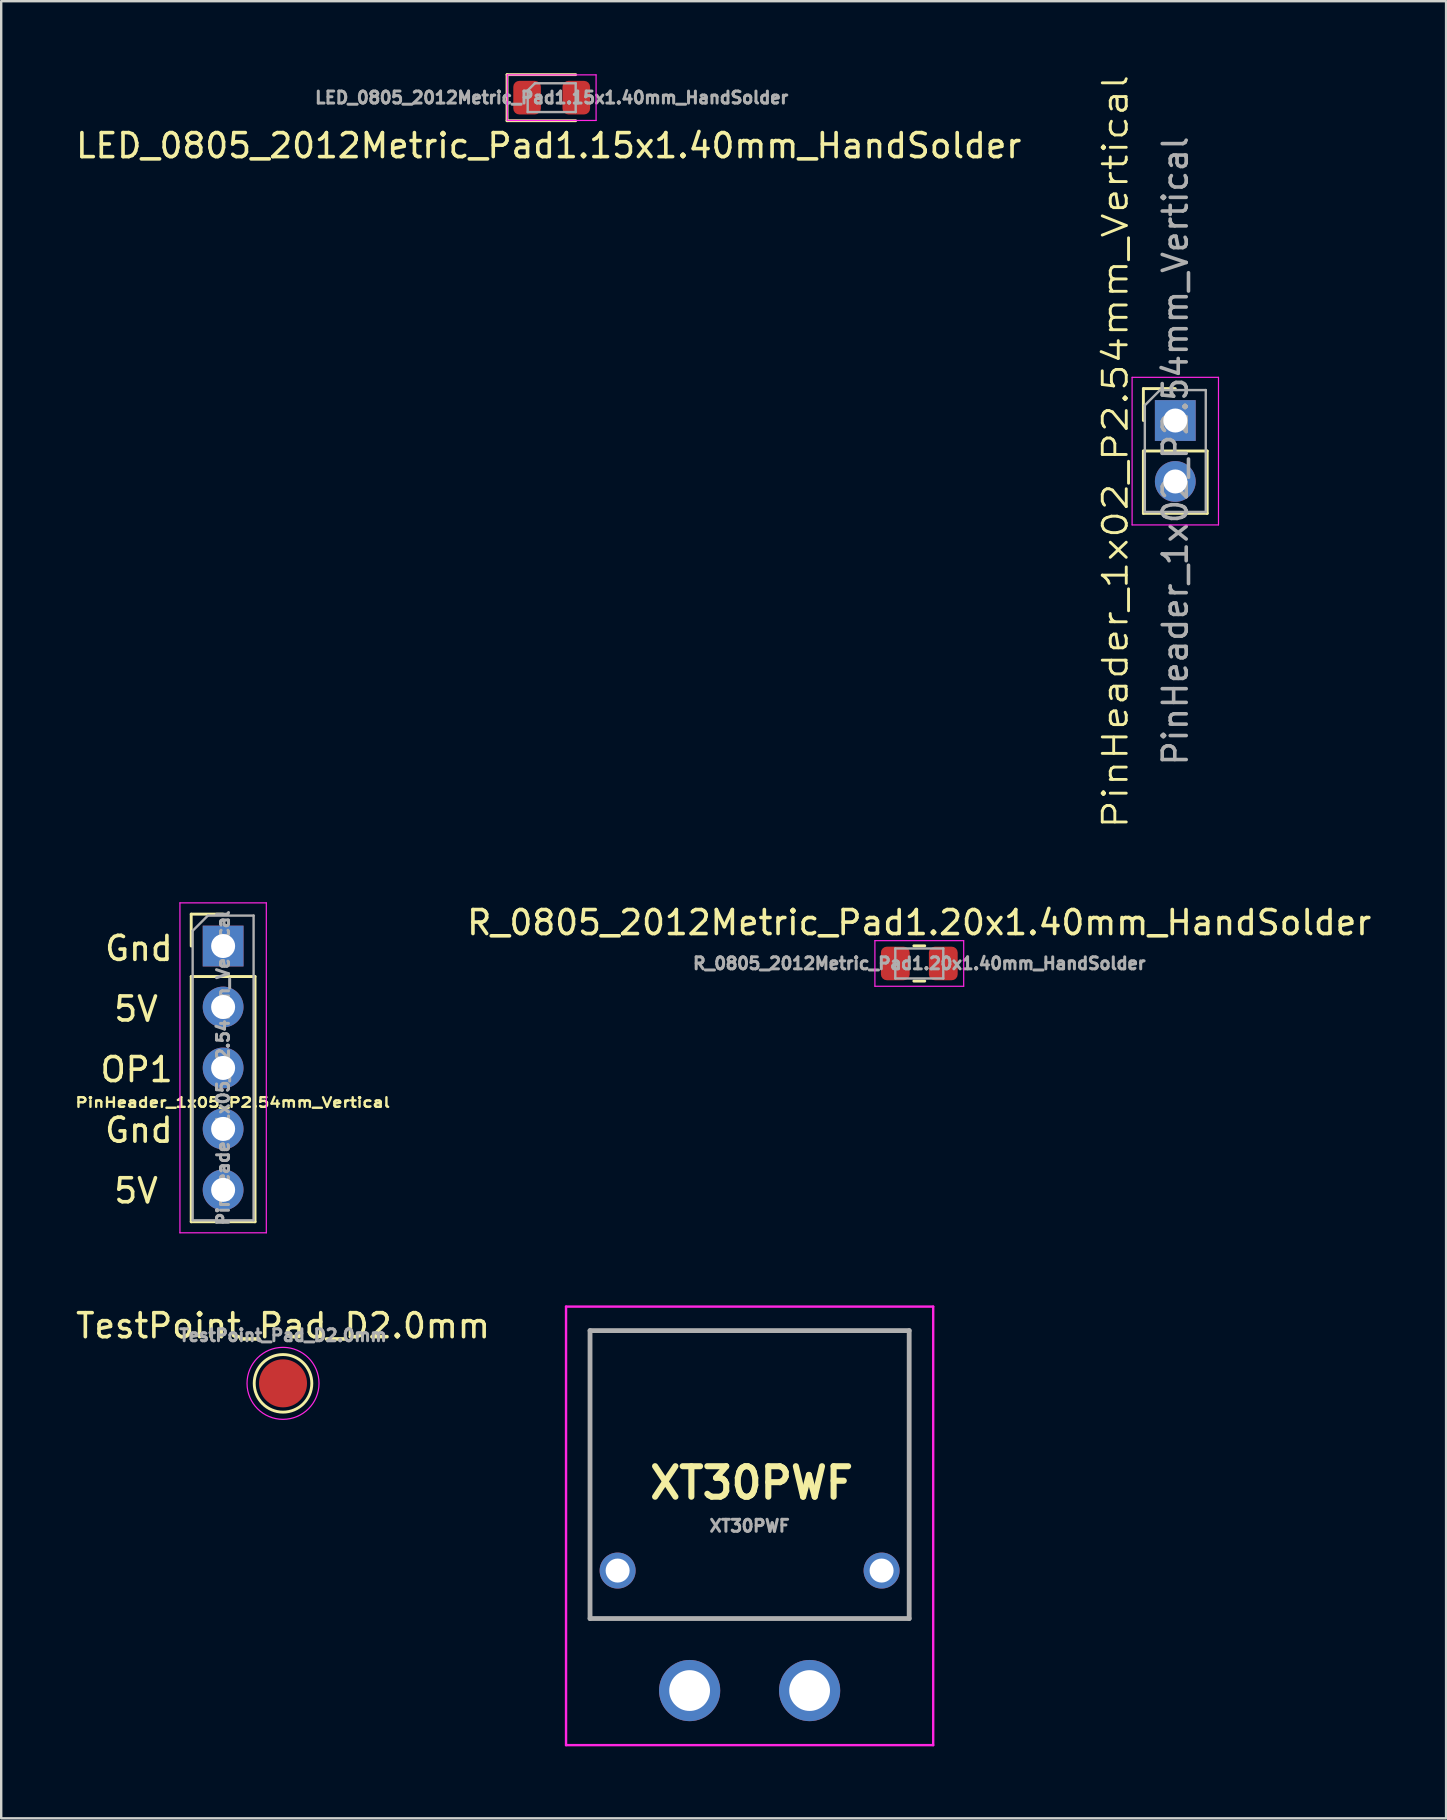
<source format=kicad_pcb>
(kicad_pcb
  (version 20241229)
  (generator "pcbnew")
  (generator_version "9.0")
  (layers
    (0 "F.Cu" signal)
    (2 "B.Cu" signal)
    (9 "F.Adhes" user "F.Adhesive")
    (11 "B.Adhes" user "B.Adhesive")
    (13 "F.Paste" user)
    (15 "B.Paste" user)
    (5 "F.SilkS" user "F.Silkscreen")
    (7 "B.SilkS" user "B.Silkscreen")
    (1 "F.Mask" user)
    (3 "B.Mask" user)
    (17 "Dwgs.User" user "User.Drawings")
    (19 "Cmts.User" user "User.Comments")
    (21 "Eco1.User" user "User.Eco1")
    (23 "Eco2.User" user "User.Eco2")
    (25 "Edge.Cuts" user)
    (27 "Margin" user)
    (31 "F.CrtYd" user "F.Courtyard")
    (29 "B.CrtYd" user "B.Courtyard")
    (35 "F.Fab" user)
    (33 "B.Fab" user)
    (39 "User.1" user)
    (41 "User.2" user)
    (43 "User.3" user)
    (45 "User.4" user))
  (footprint "XT30PWF"
    (layer "F.Cu")
    (at 25.688 67.399)
    (property "Reference" "XT30PWF" (at 2.583 -8.653 0) (layer "F.SilkS") (effects (font (size 1.27 1.27) (thickness 0.254))))
    (attr through_hole)
    (fp_line (start -4.15 -15) (end 9.15 -15) (stroke (width 0.1) (type solid)) (layer "F.SilkS"))
    (fp_line (start -4.15 -3) (end -4.15 -15) (stroke (width 0.1) (type solid)) (layer "F.SilkS"))
    (fp_line (start 9.15 -15) (end 9.15 -3) (stroke (width 0.1) (type solid)) (layer "F.SilkS"))
    (fp_line (start 9.15 -3) (end -4.15 -3) (stroke (width 0.1) (type solid)) (layer "F.SilkS"))
    (fp_line (start -5.15 -16) (end 10.15 -16) (stroke (width 0.1) (type solid)) (layer "F.CrtYd"))
    (fp_line (start -5.15 2.275) (end -5.15 -16) (stroke (width 0.1) (type solid)) (layer "F.CrtYd"))
    (fp_line (start 10.15 -16) (end 10.15 2.275) (stroke (width 0.1) (type solid)) (layer "F.CrtYd"))
    (fp_line (start 10.15 2.275) (end -5.15 2.275) (stroke (width 0.1) (type solid)) (layer "F.CrtYd"))
    (fp_line (start -4.15 -15) (end 9.15 -15) (stroke (width 0.2) (type solid)) (layer "F.Fab"))
    (fp_line (start -4.15 -3) (end -4.15 -15) (stroke (width 0.2) (type solid)) (layer "F.Fab"))
    (fp_line (start 9.15 -15) (end 9.15 -3) (stroke (width 0.2) (type solid)) (layer "F.Fab"))
    (fp_line (start 9.15 -3) (end -4.15 -3) (stroke (width 0.2) (type solid)) (layer "F.Fab"))
    (fp_text user "${REFERENCE}" (at 2.5 -6.862 180) (layer "F.Fab") (effects (font (size 0.5 0.5) (thickness 0.2))))
    (pad "1" thru_hole circle (at 0 0) (size 2.55 2.55) (drill 1.7) (layers "*.Cu" "*.Mask"))
    (pad "2" thru_hole circle (at 5 0) (size 2.55 2.55) (drill 1.7) (layers "*.Cu" "*.Mask"))
    (pad "3" thru_hole circle (at -3 -5) (size 1.5 1.5) (drill 1) (layers "*.Cu" "*.Mask"))
    (pad "4" thru_hole circle (at 8 -5) (size 1.5 1.5) (drill 1) (layers "*.Cu" "*.Mask")))
  (footprint "R_0805_2012Metric_Pad1.20x1.40mm_HandSolder"
    (layer "F.Cu")
    (at 35.259 37.099)
    (property "Reference" "R_0805_2012Metric_Pad1.20x1.40mm_HandSolder" (at -0.005 -1.702 0) (layer "F.SilkS") (effects (font (size 1 1) (thickness 0.15))))
    (attr smd)
    (fp_line (start -0.227 -0.735) (end 0.227 -0.735) (stroke (width 0.12) (type solid)) (layer "F.SilkS"))
    (fp_line (start -0.227 0.735) (end 0.227 0.735) (stroke (width 0.12) (type solid)) (layer "F.SilkS"))
    (fp_line (start -1.85 -0.95) (end 1.85 -0.95) (stroke (width 0.05) (type solid)) (layer "F.CrtYd"))
    (fp_line (start -1.85 0.95) (end -1.85 -0.95) (stroke (width 0.05) (type solid)) (layer "F.CrtYd"))
    (fp_line (start 1.85 -0.95) (end 1.85 0.95) (stroke (width 0.05) (type solid)) (layer "F.CrtYd"))
    (fp_line (start 1.85 0.95) (end -1.85 0.95) (stroke (width 0.05) (type solid)) (layer "F.CrtYd"))
    (fp_line (start -1 -0.625) (end 1 -0.625) (stroke (width 0.1) (type solid)) (layer "F.Fab"))
    (fp_line (start -1 0.625) (end -1 -0.625) (stroke (width 0.1) (type solid)) (layer "F.Fab"))
    (fp_line (start 1 -0.625) (end 1 0.625) (stroke (width 0.1) (type solid)) (layer "F.Fab"))
    (fp_line (start 1 0.625) (end -1 0.625) (stroke (width 0.1) (type solid)) (layer "F.Fab"))
    (fp_text user "${REFERENCE}" (at 0 0 0) (layer "F.Fab") (effects (font (size 0.5 0.5) (thickness 0.2))))
    (pad "1" smd roundrect (at -1 0) (size 1.2 1.4) (layers "F.Cu" "F.Mask" "F.Paste") (roundrect_rratio 0.208))
    (pad "2" smd roundrect (at 1 0) (size 1.2 1.4) (layers "F.Cu" "F.Mask" "F.Paste") (roundrect_rratio 0.208)))
  (footprint "PinHeader_1x05_P2.54mm_Vertical"
    (layer "F.Cu")
    (at 6.248 36.374)
    (property "Reference" "PinHeader_1x05_P2.54mm_Vertical" (at 0.4 6.52 0) (layer "F.SilkS") (effects (font (size 0.4 0.5) (thickness 0.1))))
    (attr through_hole)
    (fp_line (start -1.33 -1.33) (end 0 -1.33) (stroke (width 0.12) (type solid)) (layer "F.SilkS"))
    (fp_line (start -1.33 0) (end -1.33 -1.33) (stroke (width 0.12) (type solid)) (layer "F.SilkS"))
    (fp_line (start -1.33 1.27) (end -1.33 11.49) (stroke (width 0.12) (type solid)) (layer "F.SilkS"))
    (fp_line (start -1.33 1.27) (end 1.33 1.27) (stroke (width 0.12) (type solid)) (layer "F.SilkS"))
    (fp_line (start -1.33 11.49) (end 1.33 11.49) (stroke (width 0.12) (type solid)) (layer "F.SilkS"))
    (fp_line (start 1.33 1.27) (end 1.33 11.49) (stroke (width 0.12) (type solid)) (layer "F.SilkS"))
    (fp_line (start -1.8 -1.8) (end -1.8 11.95) (stroke (width 0.05) (type solid)) (layer "F.CrtYd"))
    (fp_line (start -1.8 11.95) (end 1.8 11.95) (stroke (width 0.05) (type solid)) (layer "F.CrtYd"))
    (fp_line (start 1.8 -1.8) (end -1.8 -1.8) (stroke (width 0.05) (type solid)) (layer "F.CrtYd"))
    (fp_line (start 1.8 11.95) (end 1.8 -1.8) (stroke (width 0.05) (type solid)) (layer "F.CrtYd"))
    (fp_line (start -1.27 -0.635) (end -0.635 -1.27) (stroke (width 0.1) (type solid)) (layer "F.Fab"))
    (fp_line (start -1.27 11.43) (end -1.27 -0.635) (stroke (width 0.1) (type solid)) (layer "F.Fab"))
    (fp_line (start -0.635 -1.27) (end 1.27 -1.27) (stroke (width 0.1) (type solid)) (layer "F.Fab"))
    (fp_line (start 1.27 -1.27) (end 1.27 11.43) (stroke (width 0.1) (type solid)) (layer "F.Fab"))
    (fp_line (start 1.27 11.43) (end -1.27 11.43) (stroke (width 0.1) (type solid)) (layer "F.Fab"))
    (fp_text user "5V" (at -3.629 2.625 0) (layer "F.SilkS") (effects (font (size 1 1) (thickness 0.15))))
    (fp_text user "OP1" (at -3.605 5.15 0) (layer "F.SilkS") (effects (font (size 1 1) (thickness 0.15))))
    (fp_text user "Gnd" (at -3.51 7.675 0) (layer "F.SilkS") (effects (font (size 1 1) (thickness 0.15))))
    (fp_text user "Gnd" (at -3.51 0.1 0) (layer "F.SilkS") (effects (font (size 1 1) (thickness 0.15))))
    (fp_text user "5V" (at -3.629 10.2 0) (layer "F.SilkS") (effects (font (size 1 1) (thickness 0.15))))
    (fp_text user "${REFERENCE}" (at 0 5.08 90) (layer "F.Fab") (effects (font (size 0.5 0.5) (thickness 0.2))))
    (pad "1" thru_hole rect (at 0 0) (size 1.7 1.7) (drill 1) (layers "*.Cu" "*.Mask"))
    (pad "2" thru_hole oval (at 0 2.54) (size 1.7 1.7) (drill 1) (layers "*.Cu" "*.Mask"))
    (pad "3" thru_hole oval (at 0 5.08) (size 1.7 1.7) (drill 1) (layers "*.Cu" "*.Mask"))
    (pad "4" thru_hole oval (at 0 7.62) (size 1.7 1.7) (drill 1) (layers "*.Cu" "*.Mask"))
    (pad "5" thru_hole oval (at 0 10.16) (size 1.7 1.7) (drill 1) (layers "*.Cu" "*.Mask")))
  (footprint "PinHeader_1x02_P2.54mm_Vertical"
    (layer "F.Cu")
    (at 45.927 14.474)
    (property "Reference" "PinHeader_1x02_P2.54mm_Vertical" (at -2.5 1.3 90) (layer "F.SilkS") (effects (font (size 1 1.2) (thickness 0.12))))
    (attr through_hole)
    (fp_line (start -1.33 -1.33) (end 0 -1.33) (stroke (width 0.12) (type solid)) (layer "F.SilkS"))
    (fp_line (start -1.33 0) (end -1.33 -1.33) (stroke (width 0.12) (type solid)) (layer "F.SilkS"))
    (fp_line (start -1.33 1.27) (end -1.33 3.87) (stroke (width 0.12) (type solid)) (layer "F.SilkS"))
    (fp_line (start -1.33 1.27) (end 1.33 1.27) (stroke (width 0.12) (type solid)) (layer "F.SilkS"))
    (fp_line (start -1.33 3.87) (end 1.33 3.87) (stroke (width 0.12) (type solid)) (layer "F.SilkS"))
    (fp_line (start 1.33 1.27) (end 1.33 3.87) (stroke (width 0.12) (type solid)) (layer "F.SilkS"))
    (fp_line (start -1.8 -1.8) (end -1.8 4.35) (stroke (width 0.05) (type solid)) (layer "F.CrtYd"))
    (fp_line (start -1.8 4.35) (end 1.8 4.35) (stroke (width 0.05) (type solid)) (layer "F.CrtYd"))
    (fp_line (start 1.8 -1.8) (end -1.8 -1.8) (stroke (width 0.05) (type solid)) (layer "F.CrtYd"))
    (fp_line (start 1.8 4.35) (end 1.8 -1.8) (stroke (width 0.05) (type solid)) (layer "F.CrtYd"))
    (fp_line (start -1.27 -0.635) (end -0.635 -1.27) (stroke (width 0.1) (type solid)) (layer "F.Fab"))
    (fp_line (start -1.27 3.81) (end -1.27 -0.635) (stroke (width 0.1) (type solid)) (layer "F.Fab"))
    (fp_line (start -0.635 -1.27) (end 1.27 -1.27) (stroke (width 0.1) (type solid)) (layer "F.Fab"))
    (fp_line (start 1.27 -1.27) (end 1.27 3.81) (stroke (width 0.1) (type solid)) (layer "F.Fab"))
    (fp_line (start 1.27 3.81) (end -1.27 3.81) (stroke (width 0.1) (type solid)) (layer "F.Fab"))
    (fp_text user "${REFERENCE}" (at 0 1.27 90) (layer "F.Fab") (effects (font (size 1 1) (thickness 0.15))))
    (pad "1" thru_hole rect (at 0 0) (size 1.7 1.7) (drill 1) (layers "*.Cu" "*.Mask"))
    (pad "2" thru_hole oval (at 0 2.54) (size 1.7 1.7) (drill 1) (layers "*.Cu" "*.Mask")))
  (footprint "LED_0805_2012Metric_Pad1.15x1.40mm_HandSolder"
    (layer "F.Cu")
    (at 19.94 1.02)
    (property "Reference" "LED_0805_2012Metric_Pad1.15x1.40mm_HandSolder" (at -0.125 2 0) (layer "F.SilkS") (effects (font (size 1 1) (thickness 0.15))))
    (attr smd)
    (fp_line (start -1.86 -0.96) (end -1.86 0.96) (stroke (width 0.12) (type solid)) (layer "F.SilkS"))
    (fp_line (start -1.86 0.96) (end 1 0.96) (stroke (width 0.12) (type solid)) (layer "F.SilkS"))
    (fp_line (start 1 -0.96) (end -1.86 -0.96) (stroke (width 0.12) (type solid)) (layer "F.SilkS"))
    (fp_line (start -1.85 -0.95) (end 1.85 -0.95) (stroke (width 0.05) (type solid)) (layer "F.CrtYd"))
    (fp_line (start -1.85 0.95) (end -1.85 -0.95) (stroke (width 0.05) (type solid)) (layer "F.CrtYd"))
    (fp_line (start 1.85 -0.95) (end 1.85 0.95) (stroke (width 0.05) (type solid)) (layer "F.CrtYd"))
    (fp_line (start 1.85 0.95) (end -1.85 0.95) (stroke (width 0.05) (type solid)) (layer "F.CrtYd"))
    (fp_line (start -1 -0.3) (end -1 0.6) (stroke (width 0.1) (type solid)) (layer "F.Fab"))
    (fp_line (start -1 0.6) (end 1 0.6) (stroke (width 0.1) (type solid)) (layer "F.Fab"))
    (fp_line (start -0.7 -0.6) (end -1 -0.3) (stroke (width 0.1) (type solid)) (layer "F.Fab"))
    (fp_line (start 1 -0.6) (end -0.7 -0.6) (stroke (width 0.1) (type solid)) (layer "F.Fab"))
    (fp_line (start 1 0.6) (end 1 -0.6) (stroke (width 0.1) (type solid)) (layer "F.Fab"))
    (fp_text user "${REFERENCE}" (at 0 0 0) (layer "F.Fab") (effects (font (size 0.5 0.5) (thickness 0.2))))
    (pad "1" smd roundrect (at -1.025 0) (size 1.15 1.4) (layers "F.Cu" "F.Mask" "F.Paste") (roundrect_rratio 0.217))
    (pad "2" smd roundrect (at 1.025 0) (size 1.15 1.4) (layers "F.Cu" "F.Mask" "F.Paste") (roundrect_rratio 0.217)))
  (footprint "TestPoint_Pad_D2.0mm"
    (layer "F.Cu")
    (at 8.744 54.597)
    (property "Reference" "TestPoint_Pad_D2.0mm" (at 0 -2.4 0) (layer "F.SilkS") (effects (font (size 1 1) (thickness 0.15))))
    (attr exclude_from_pos_files exclude_from_bom)
    (fp_circle (center 0 0) (end 0 1.2) (stroke (width 0.12) (type solid)) (fill no) (layer "F.SilkS"))
    (fp_circle (center 0 0) (end 1.5 0) (stroke (width 0.05) (type solid)) (fill no) (layer "F.CrtYd"))
    (fp_text user "${REFERENCE}" (at 0 -2 0) (layer "F.Fab") (effects (font (size 0.5 0.5) (thickness 0.2))))
    (pad "1" smd circle (at 0 0) (size 2 2) (layers "F.Cu" "F.Mask")))
  (gr_rect
    (start -3 -3)
    (end 57.212 72.724)
    (stroke (width 0.1) (type default))
    (fill no)
    (layer "Edge.Cuts")))
</source>
